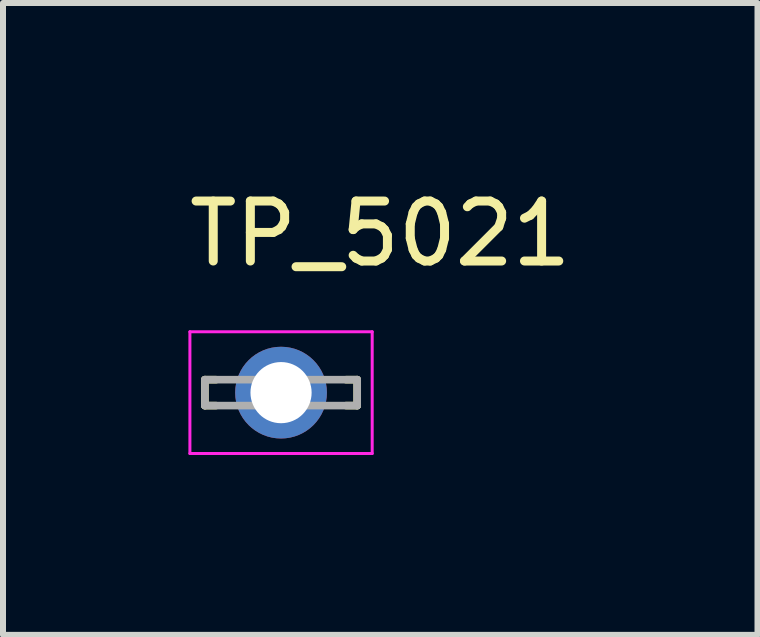
<source format=kicad_pcb>
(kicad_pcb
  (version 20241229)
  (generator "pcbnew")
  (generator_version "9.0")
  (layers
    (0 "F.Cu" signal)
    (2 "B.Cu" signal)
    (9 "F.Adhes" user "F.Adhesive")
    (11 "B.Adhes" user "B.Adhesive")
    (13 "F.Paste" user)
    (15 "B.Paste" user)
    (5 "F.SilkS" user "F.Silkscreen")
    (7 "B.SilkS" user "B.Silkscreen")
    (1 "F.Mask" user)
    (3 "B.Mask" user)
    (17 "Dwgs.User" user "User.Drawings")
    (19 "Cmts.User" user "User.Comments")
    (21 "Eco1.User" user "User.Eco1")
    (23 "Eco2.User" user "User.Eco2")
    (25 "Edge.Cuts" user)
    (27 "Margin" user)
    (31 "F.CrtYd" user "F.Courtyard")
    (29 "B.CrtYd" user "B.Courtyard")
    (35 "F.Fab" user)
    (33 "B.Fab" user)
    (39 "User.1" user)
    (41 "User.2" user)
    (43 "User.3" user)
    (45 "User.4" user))
  (footprint "TP_5021"
    (layer "F.Cu")
    (at 1.637 3.498)
    (property "Reference" "TP_5021" (at 1.655 -2.65 0) (layer "F.SilkS") (effects (font (size 1 1) (thickness 0.15))))
    (attr through_hole)
    (fp_line (start -1.27 -0.216) (end -1.085 -0.216) (stroke (width 0.127) (type solid)) (layer "F.SilkS"))
    (fp_line (start -1.27 0.216) (end -1.27 -0.216) (stroke (width 0.127) (type solid)) (layer "F.SilkS"))
    (fp_line (start -1.085 0.216) (end -1.27 0.216) (stroke (width 0.127) (type solid)) (layer "F.SilkS"))
    (fp_line (start 1.085 -0.216) (end 1.27 -0.216) (stroke (width 0.127) (type solid)) (layer "F.SilkS"))
    (fp_line (start 1.27 -0.216) (end 1.27 0.216) (stroke (width 0.127) (type solid)) (layer "F.SilkS"))
    (fp_line (start 1.27 0.216) (end 1.085 0.216) (stroke (width 0.127) (type solid)) (layer "F.SilkS"))
    (fp_line (start -1.52 -1.015) (end -1.52 1.015) (stroke (width 0.05) (type solid)) (layer "F.CrtYd"))
    (fp_line (start -1.52 1.015) (end 1.52 1.015) (stroke (width 0.05) (type solid)) (layer "F.CrtYd"))
    (fp_line (start 1.52 -1.015) (end -1.52 -1.015) (stroke (width 0.05) (type solid)) (layer "F.CrtYd"))
    (fp_line (start 1.52 1.015) (end 1.52 -1.015) (stroke (width 0.05) (type solid)) (layer "F.CrtYd"))
    (fp_line (start -1.27 -0.216) (end 1.27 -0.216) (stroke (width 0.127) (type solid)) (layer "F.Fab"))
    (fp_line (start -1.27 0.216) (end -1.27 -0.216) (stroke (width 0.127) (type solid)) (layer "F.Fab"))
    (fp_line (start 1.27 -0.216) (end 1.27 0.216) (stroke (width 0.127) (type solid)) (layer "F.Fab"))
    (fp_line (start 1.27 0.216) (end -1.27 0.216) (stroke (width 0.127) (type solid)) (layer "F.Fab"))
    (pad "TP" thru_hole circle (at 0 0) (size 1.53 1.53) (drill 1.02) (layers "*.Cu" "*.Mask")))
  (gr_rect
    (start -3 -3)
    (end 9.583 7.538)
    (stroke (width 0.1) (type default))
    (fill no)
    (layer "Edge.Cuts")))
</source>
